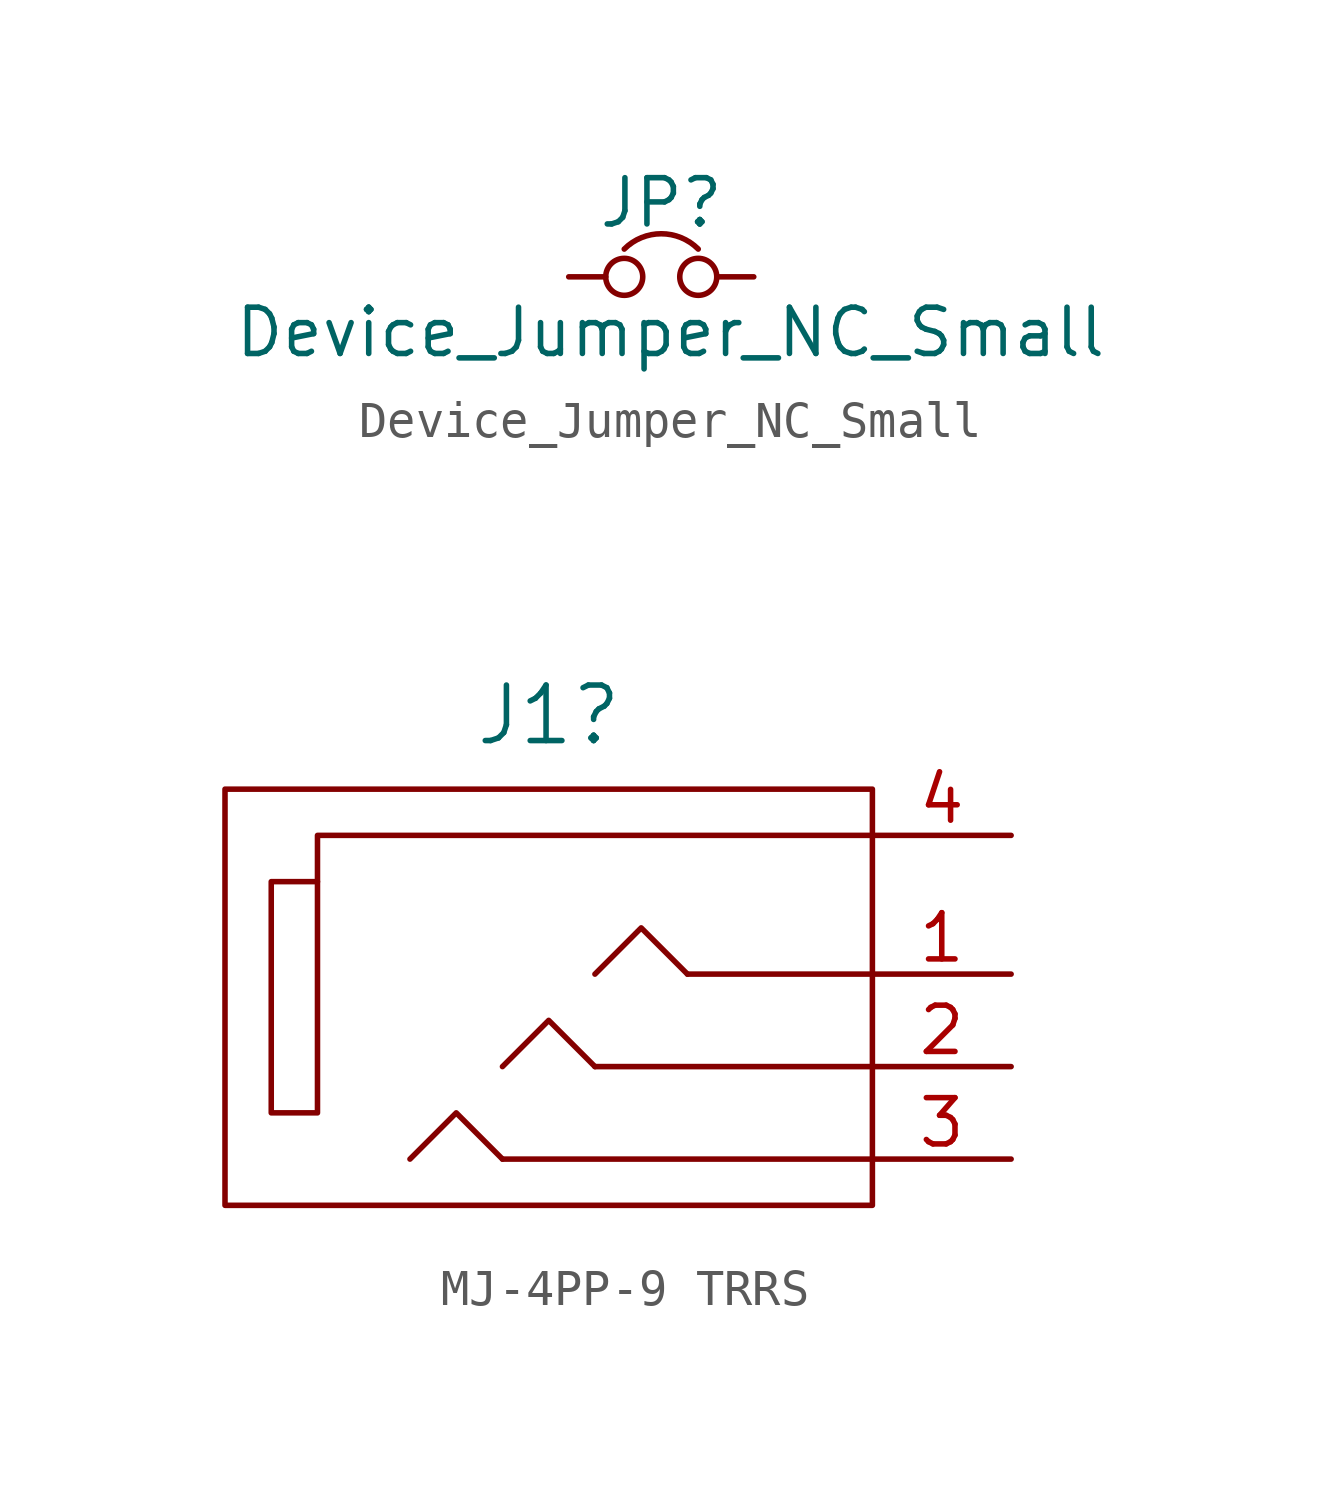
<source format=kicad_sym>
(kicad_symbol_lib
  (version 20220914)
  (generator kicad_symbol_editor)
  (symbol "Device_Jumper_NC_Small"
    (pin_numbers hide)
    (pin_names
      (offset 0.762) hide)
    (property "Reference" "JP"
      (at 0 2.032 0)
      (effects (font (size 1.27 1.27))))
    (property "Value" "Device_Jumper_NC_Small"
      (at 0.254 -1.524 0)
      (effects (font (size 1.27 1.27))))
    (symbol "Device_Jumper_NC_Small_0_1"
      (circle (center -1.016 0) (radius 0.508) (stroke (width 0) (type default)) (fill (type none)))
      (circle (center 1.016 0) (radius 0.508) (stroke (width 0) (type default)) (fill (type none)))
      (arc (start 1.016 0.762) (mid 0 1.1828) (end -1.016 0.762) (stroke (width 0) (type default)) (fill (type none)))
      (pin passive line (at -2.54 0 0) (length 1.016) (name "1" (effects (font (size 1.27 1.27)))) (number "1" (effects (font (size 1.27 1.27)))))
      (pin passive line (at 2.54 0 180) (length 1.016) (name "2" (effects (font (size 1.27 1.27)))) (number "2" (effects (font (size 1.27 1.27)))))))
  (symbol "MJ-4PP-9 TRRS"
    (pin_names
      (offset 1.016))
    (property "Reference" "J1"
      (at -1.27 7.112 0)
      (effects (font (size 1.524 1.524))))
    (property "Datasheet" ""
      (at 0 0 0)
      (effects (font (size 1.524 1.524))))
    (symbol "MJ-4PP-9 TRRS_0_1"
      (rectangle (start -7.62 2.54) (end -8.89 -3.81) (stroke (width 0) (type default)) (fill (type none)))
      (polyline (pts (xy 2.54 0) (xy 7.62 0)) (stroke (width 0) (type default)) (fill (type none)))
      (polyline (pts (xy -2.54 -5.08) (xy 7.62 -5.08) (xy 7.62 -5.08)) (stroke (width 0) (type default)) (fill (type none)))
      (polyline (pts (xy 0 -2.54) (xy -1.27 -1.27) (xy -2.54 -2.54)) (stroke (width 0) (type default)) (fill (type none)))
      (polyline (pts (xy 0 0) (xy 1.27 1.27) (xy 2.54 0)) (stroke (width 0) (type default)) (fill (type none)))
      (polyline (pts (xy 7.62 3.81) (xy -7.62 3.81) (xy -7.62 2.54)) (stroke (width 0) (type default)) (fill (type none)))
      (polyline (pts (xy -2.54 -5.08) (xy -3.81 -3.81) (xy -5.08 -5.08) (xy -5.08 -5.08)) (stroke (width 0) (type default)) (fill (type none)))
      (polyline (pts (xy 0 -2.54) (xy 7.62 -2.54) (xy 7.62 -2.54) (xy 7.62 -2.54)) (stroke (width 0) (type default)) (fill (type none)))
      (rectangle (start 7.62 -6.35) (end -10.16 5.08) (stroke (width 0) (type default)) (fill (type none))))
    (symbol "MJ-4PP-9 TRRS_1_1"
      (pin passive line (at 11.43 0 180) (length 3.81) (name "~" (effects (font (size 1.27 1.27)))) (number "1" (effects (font (size 1.27 1.27)))))
      (pin passive line (at 11.43 -2.54 180) (length 3.81) (name "~" (effects (font (size 1.27 1.27)))) (number "2" (effects (font (size 1.27 1.27)))))
      (pin passive line (at 11.43 -5.08 180) (length 3.81) (name "~" (effects (font (size 1.27 1.27)))) (number "3" (effects (font (size 1.27 1.27)))))
      (pin passive line (at 11.43 3.81 180) (length 3.81) (name "~" (effects (font (size 1.27 1.27)))) (number "4" (effects (font (size 1.27 1.27))))))))
</source>
